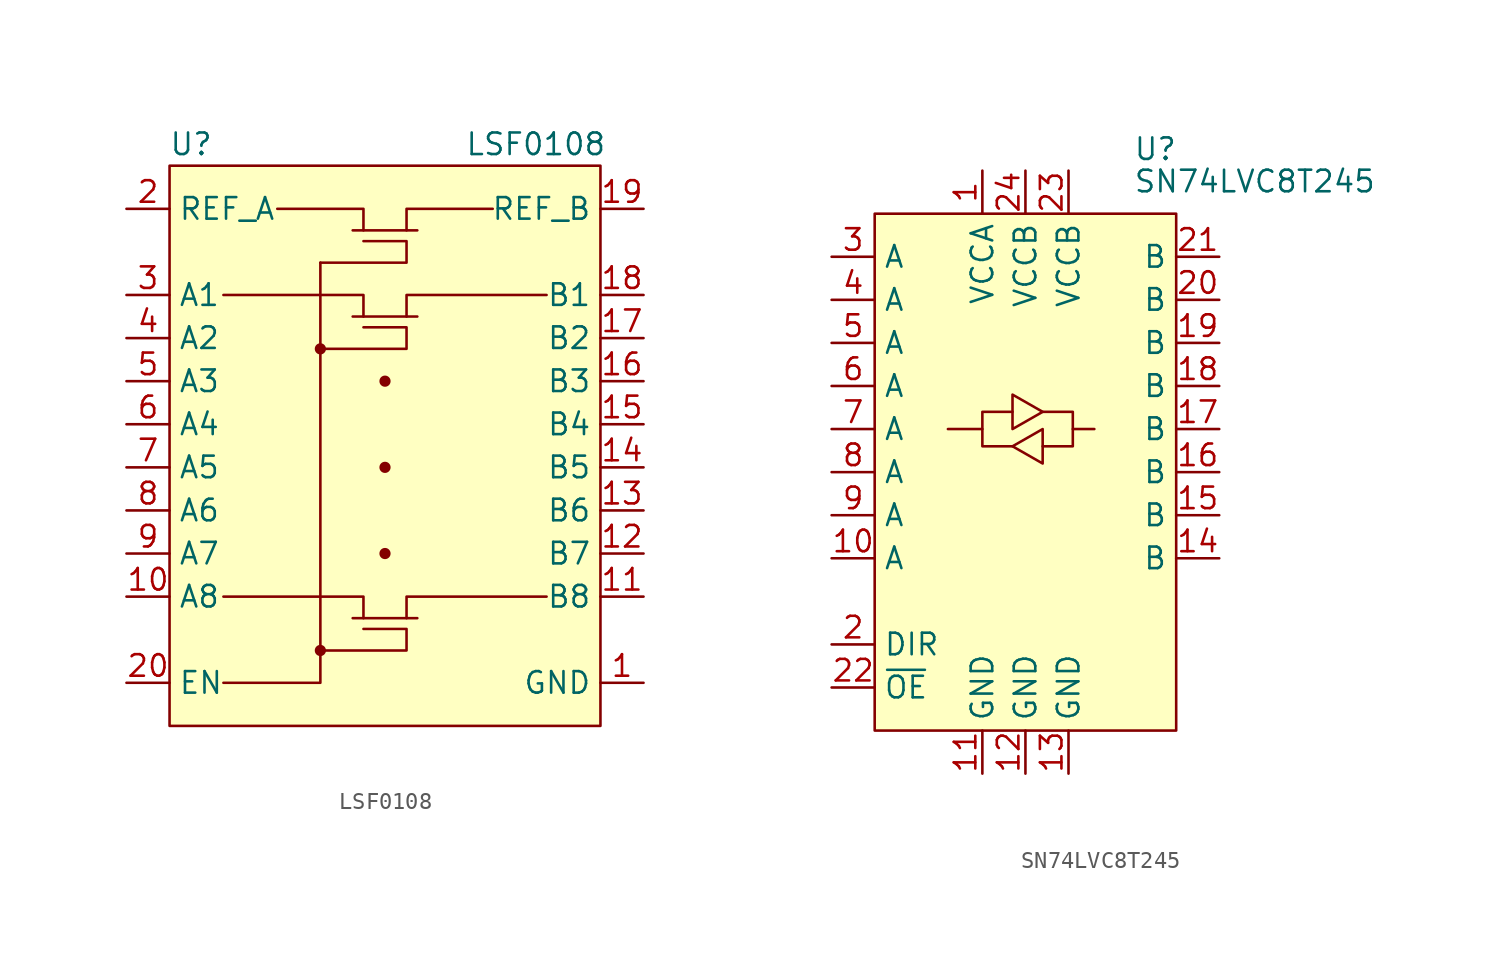
<source format=kicad_sym>
(kicad_symbol_lib
  (version 20211014)
  (generator kicad_symbol_editor)
  (symbol "LSF0108"
    (property "Reference" "U"
      (at -11.43 16.51 0)
      (effects (font (size 1.27 1.27))))
    (property "Value" "LSF0108"
      (at 8.89 16.51 0)
      (effects (font (size 1.27 1.27))))
    (symbol "LSF0108_0_0"
      (pin power_in line (at 15.24 -15.24 180) (length 2.54) (name "GND" (effects (font (size 1.27 1.27)))) (number "1" (effects (font (size 1.27 1.27)))))
      (pin bidirectional line (at -15.24 -10.16 0) (length 2.54) (name "A8" (effects (font (size 1.27 1.27)))) (number "10" (effects (font (size 1.27 1.27)))))
      (pin bidirectional line (at 15.24 -10.16 180) (length 2.54) (name "B8" (effects (font (size 1.27 1.27)))) (number "11" (effects (font (size 1.27 1.27)))))
      (pin bidirectional line (at 15.24 -7.62 180) (length 2.54) (name "B7" (effects (font (size 1.27 1.27)))) (number "12" (effects (font (size 1.27 1.27)))))
      (pin bidirectional line (at 15.24 -5.08 180) (length 2.54) (name "B6" (effects (font (size 1.27 1.27)))) (number "13" (effects (font (size 1.27 1.27)))))
      (pin bidirectional line (at 15.24 -2.54 180) (length 2.54) (name "B5" (effects (font (size 1.27 1.27)))) (number "14" (effects (font (size 1.27 1.27)))))
      (pin bidirectional line (at 15.24 0 180) (length 2.54) (name "B4" (effects (font (size 1.27 1.27)))) (number "15" (effects (font (size 1.27 1.27)))))
      (pin bidirectional line (at 15.24 2.54 180) (length 2.54) (name "B3" (effects (font (size 1.27 1.27)))) (number "16" (effects (font (size 1.27 1.27)))))
      (pin bidirectional line (at 15.24 5.08 180) (length 2.54) (name "B2" (effects (font (size 1.27 1.27)))) (number "17" (effects (font (size 1.27 1.27)))))
      (pin bidirectional line (at 15.24 7.62 180) (length 2.54) (name "B1" (effects (font (size 1.27 1.27)))) (number "18" (effects (font (size 1.27 1.27)))))
      (pin input line (at 15.24 12.7 180) (length 2.54) (name "REF_B" (effects (font (size 1.27 1.27)))) (number "19" (effects (font (size 1.27 1.27)))))
      (pin input line (at -15.24 12.7 0) (length 2.54) (name "REF_A" (effects (font (size 1.27 1.27)))) (number "2" (effects (font (size 1.27 1.27)))))
      (pin input line (at -15.24 -15.24 0) (length 2.54) (name "EN" (effects (font (size 1.27 1.27)))) (number "20" (effects (font (size 1.27 1.27)))))
      (pin bidirectional line (at -15.24 7.62 0) (length 2.54) (name "A1" (effects (font (size 1.27 1.27)))) (number "3" (effects (font (size 1.27 1.27)))))
      (pin bidirectional line (at -15.24 5.08 0) (length 2.54) (name "A2" (effects (font (size 1.27 1.27)))) (number "4" (effects (font (size 1.27 1.27)))))
      (pin bidirectional line (at -15.24 2.54 0) (length 2.54) (name "A3" (effects (font (size 1.27 1.27)))) (number "5" (effects (font (size 1.27 1.27)))))
      (pin bidirectional line (at -15.24 0 0) (length 2.54) (name "A4" (effects (font (size 1.27 1.27)))) (number "6" (effects (font (size 1.27 1.27)))))
      (pin bidirectional line (at -15.24 -2.54 0) (length 2.54) (name "A5" (effects (font (size 1.27 1.27)))) (number "7" (effects (font (size 1.27 1.27)))))
      (pin bidirectional line (at -15.24 -5.08 0) (length 2.54) (name "A6" (effects (font (size 1.27 1.27)))) (number "8" (effects (font (size 1.27 1.27)))))
      (pin bidirectional line (at -15.24 -7.62 0) (length 2.54) (name "A7" (effects (font (size 1.27 1.27)))) (number "9" (effects (font (size 1.27 1.27))))))
    (symbol "LSF0108_0_1"
      (rectangle (start -12.7 15.24) (end 12.7 -17.78) (stroke (width 0) (type default) (color 0 0 0 0)) (fill (type background)))
      (circle (center -3.81 -13.335) (radius 0.254) (stroke (width 0) (type default) (color 0 0 0 0)) (fill (type outline)))
      (circle (center -3.81 4.445) (radius 0.254) (stroke (width 0) (type default) (color 0 0 0 0)) (fill (type outline)))
      (circle (center 0 -7.62) (radius 0.254) (stroke (width 0) (type default) (color 0 0 0 0)) (fill (type outline)))
      (circle (center 0 -2.54) (radius 0.254) (stroke (width 0) (type default) (color 0 0 0 0)) (fill (type outline)))
      (polyline (pts (xy -1.905 -11.43) (xy 1.905 -11.43)) (stroke (width 0) (type default) (color 0 0 0 0)) (fill (type none)))
      (polyline (pts (xy -1.905 6.35) (xy 1.905 6.35)) (stroke (width 0) (type default) (color 0 0 0 0)) (fill (type none)))
      (polyline (pts (xy -1.905 11.43) (xy 1.905 11.43)) (stroke (width 0) (type default) (color 0 0 0 0)) (fill (type none)))
      (polyline (pts (xy -3.81 9.525) (xy -3.81 -15.24) (xy -9.525 -15.24)) (stroke (width 0) (type default) (color 0 0 0 0)) (fill (type none)))
      (polyline (pts (xy -1.27 -11.43) (xy -1.27 -10.16) (xy -9.525 -10.16)) (stroke (width 0) (type default) (color 0 0 0 0)) (fill (type none)))
      (polyline (pts (xy -1.27 6.35) (xy -1.27 7.62) (xy -9.525 7.62)) (stroke (width 0) (type default) (color 0 0 0 0)) (fill (type none)))
      (polyline (pts (xy -1.27 11.43) (xy -1.27 12.7) (xy -6.35 12.7)) (stroke (width 0) (type default) (color 0 0 0 0)) (fill (type none)))
      (polyline (pts (xy 1.27 -11.43) (xy 1.27 -10.16) (xy 9.525 -10.16)) (stroke (width 0) (type default) (color 0 0 0 0)) (fill (type none)))
      (polyline (pts (xy 1.27 6.35) (xy 1.27 7.62) (xy 9.525 7.62)) (stroke (width 0) (type default) (color 0 0 0 0)) (fill (type none)))
      (polyline (pts (xy 1.27 11.43) (xy 1.27 12.7) (xy 6.35 12.7)) (stroke (width 0) (type default) (color 0 0 0 0)) (fill (type none)))
      (polyline (pts (xy -1.27 -12.065) (xy 1.27 -12.065) (xy 1.27 -13.335) (xy -3.81 -13.335)) (stroke (width 0) (type default) (color 0 0 0 0)) (fill (type none)))
      (polyline (pts (xy -1.27 5.715) (xy 1.27 5.715) (xy 1.27 4.445) (xy -3.81 4.445)) (stroke (width 0) (type default) (color 0 0 0 0)) (fill (type none)))
      (polyline (pts (xy -1.27 10.795) (xy 1.27 10.795) (xy 1.27 9.525) (xy -3.81 9.525)) (stroke (width 0) (type default) (color 0 0 0 0)) (fill (type none)))
      (circle (center 0 2.54) (radius 0.254) (stroke (width 0) (type default) (color 0 0 0 0)) (fill (type outline)))))
  (symbol "SN74LVC8T245"
    (property "Reference" "U"
      (at 6.35 3.81 0)
      (effects (font (size 1.27 1.27)) (justify left)))
    (property "Value" "SN74LVC8T245"
      (at 6.35 1.905 0)
      (effects (font (size 1.27 1.27)) (justify left)))
    (symbol "SN74LVC8T245_0_1"
      (rectangle (start -8.89 0) (end 8.89 -30.48) (stroke (width 0) (type default) (color 0 0 0 0)) (fill (type background)))
      (polyline (pts (xy -2.54 -12.7) (xy -2.54 -11.684) (xy -0.762 -11.684)) (stroke (width 0) (type default) (color 0 0 0 0)) (fill (type none)))
      (polyline (pts (xy 2.794 -12.7) (xy 2.794 -13.716) (xy 1.016 -13.716)) (stroke (width 0) (type default) (color 0 0 0 0)) (fill (type none)))
      (polyline (pts (xy -0.762 -13.716) (xy -2.54 -13.716) (xy -2.54 -12.7) (xy -4.572 -12.7)) (stroke (width 0) (type default) (color 0 0 0 0)) (fill (type none)))
      (polyline (pts (xy -0.762 -12.7) (xy -0.762 -10.668) (xy 1.016 -11.684) (xy -0.762 -12.7)) (stroke (width 0) (type default) (color 0 0 0 0)) (fill (type none)))
      (polyline (pts (xy 1.016 -11.684) (xy 2.794 -11.684) (xy 2.794 -12.7) (xy 4.064 -12.7)) (stroke (width 0) (type default) (color 0 0 0 0)) (fill (type none)))
      (polyline (pts (xy 1.016 -12.7) (xy 1.016 -14.478) (xy 1.016 -14.732) (xy -0.762 -13.716) (xy 1.016 -12.7)) (stroke (width 0) (type default) (color 0 0 0 0)) (fill (type none))))
    (symbol "SN74LVC8T245_1_1"
      (pin power_in line (at -2.54 2.54 270) (length 2.54) (name "VCCA" (effects (font (size 1.27 1.27)))) (number "1" (effects (font (size 1.27 1.27)))))
      (pin bidirectional line (at -11.43 -20.32 0) (length 2.54) (name "A" (effects (font (size 1.27 1.27)))) (number "10" (effects (font (size 1.27 1.27)))))
      (pin power_in line (at -2.54 -33.02 90) (length 2.54) (name "GND" (effects (font (size 1.27 1.27)))) (number "11" (effects (font (size 1.27 1.27)))))
      (pin power_in line (at 0 -33.02 90) (length 2.54) (name "GND" (effects (font (size 1.27 1.27)))) (number "12" (effects (font (size 1.27 1.27)))))
      (pin power_in line (at 2.54 -33.02 90) (length 2.54) (name "GND" (effects (font (size 1.27 1.27)))) (number "13" (effects (font (size 1.27 1.27)))))
      (pin bidirectional line (at 11.43 -20.32 180) (length 2.54) (name "B" (effects (font (size 1.27 1.27)))) (number "14" (effects (font (size 1.27 1.27)))))
      (pin bidirectional line (at 11.43 -17.78 180) (length 2.54) (name "B" (effects (font (size 1.27 1.27)))) (number "15" (effects (font (size 1.27 1.27)))))
      (pin bidirectional line (at 11.43 -15.24 180) (length 2.54) (name "B" (effects (font (size 1.27 1.27)))) (number "16" (effects (font (size 1.27 1.27)))))
      (pin bidirectional line (at 11.43 -12.7 180) (length 2.54) (name "B" (effects (font (size 1.27 1.27)))) (number "17" (effects (font (size 1.27 1.27)))))
      (pin bidirectional line (at 11.43 -10.16 180) (length 2.54) (name "B" (effects (font (size 1.27 1.27)))) (number "18" (effects (font (size 1.27 1.27)))))
      (pin bidirectional line (at 11.43 -7.62 180) (length 2.54) (name "B" (effects (font (size 1.27 1.27)))) (number "19" (effects (font (size 1.27 1.27)))))
      (pin input line (at -11.43 -25.4 0) (length 2.54) (name "DIR" (effects (font (size 1.27 1.27)))) (number "2" (effects (font (size 1.27 1.27)))))
      (pin bidirectional line (at 11.43 -5.08 180) (length 2.54) (name "B" (effects (font (size 1.27 1.27)))) (number "20" (effects (font (size 1.27 1.27)))))
      (pin bidirectional line (at 11.43 -2.54 180) (length 2.54) (name "B" (effects (font (size 1.27 1.27)))) (number "21" (effects (font (size 1.27 1.27)))))
      (pin input line (at -11.43 -27.94 0) (length 2.54) (name "~{OE}" (effects (font (size 1.27 1.27)))) (number "22" (effects (font (size 1.27 1.27)))))
      (pin power_in line (at 2.54 2.54 270) (length 2.54) (name "VCCB" (effects (font (size 1.27 1.27)))) (number "23" (effects (font (size 1.27 1.27)))))
      (pin power_in line (at 0 2.54 270) (length 2.54) (name "VCCB" (effects (font (size 1.27 1.27)))) (number "24" (effects (font (size 1.27 1.27)))))
      (pin bidirectional line (at -11.43 -2.54 0) (length 2.54) (name "A" (effects (font (size 1.27 1.27)))) (number "3" (effects (font (size 1.27 1.27)))))
      (pin bidirectional line (at -11.43 -5.08 0) (length 2.54) (name "A" (effects (font (size 1.27 1.27)))) (number "4" (effects (font (size 1.27 1.27)))))
      (pin bidirectional line (at -11.43 -7.62 0) (length 2.54) (name "A" (effects (font (size 1.27 1.27)))) (number "5" (effects (font (size 1.27 1.27)))))
      (pin bidirectional line (at -11.43 -10.16 0) (length 2.54) (name "A" (effects (font (size 1.27 1.27)))) (number "6" (effects (font (size 1.27 1.27)))))
      (pin bidirectional line (at -11.43 -12.7 0) (length 2.54) (name "A" (effects (font (size 1.27 1.27)))) (number "7" (effects (font (size 1.27 1.27)))))
      (pin bidirectional line (at -11.43 -15.24 0) (length 2.54) (name "A" (effects (font (size 1.27 1.27)))) (number "8" (effects (font (size 1.27 1.27)))))
      (pin bidirectional line (at -11.43 -17.78 0) (length 2.54) (name "A" (effects (font (size 1.27 1.27)))) (number "9" (effects (font (size 1.27 1.27))))))))
</source>
